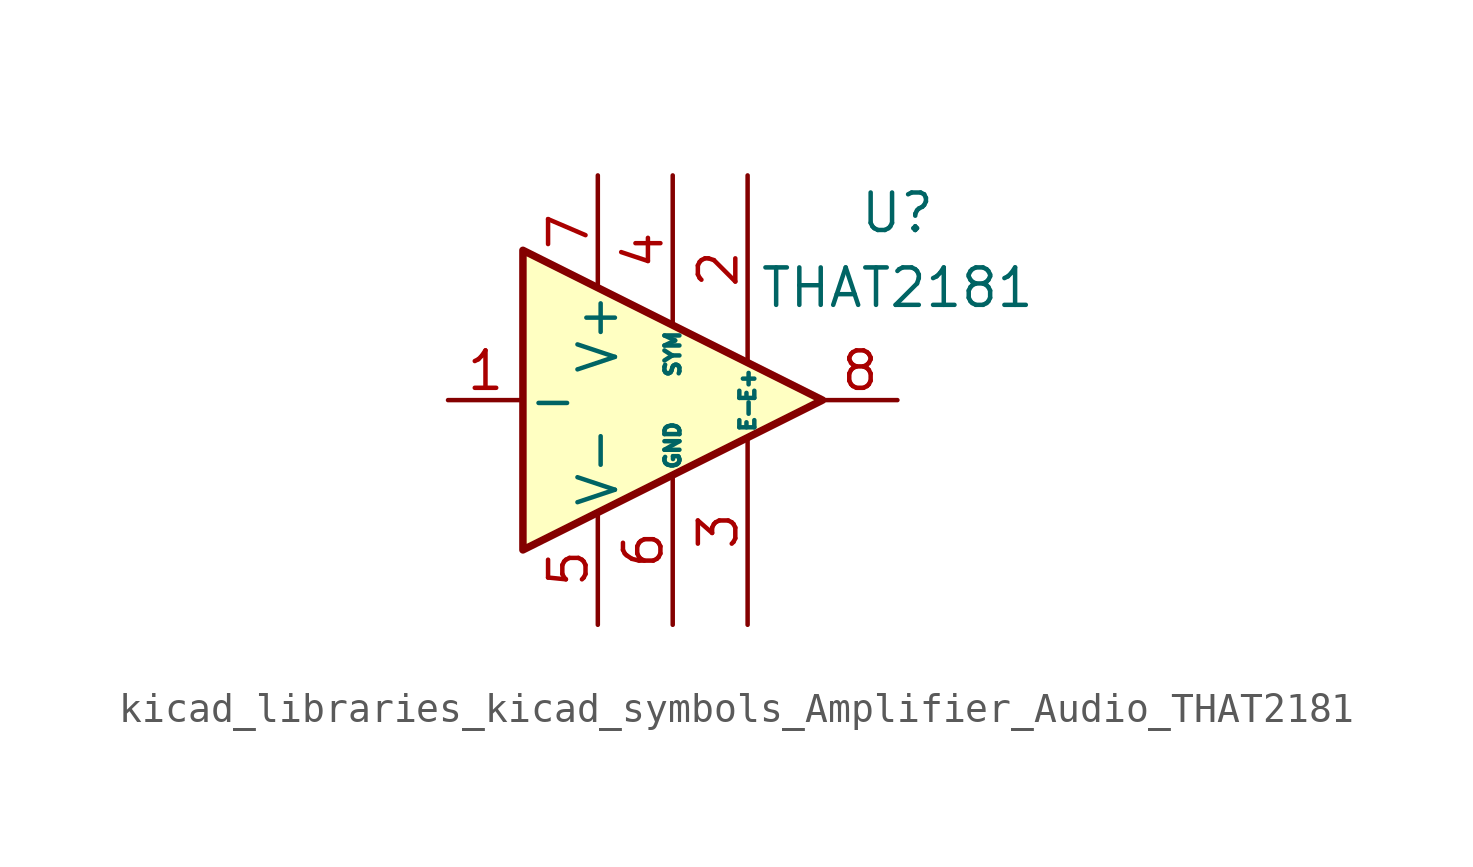
<source format=kicad_sym>
(kicad_symbol_lib
  (version 20220914)
  (generator kicad_symbol_editor)
  (symbol "kicad_libraries_kicad_symbols_Amplifier_Audio_THAT2181"
    (pin_names
      (offset 0.127))
    (property "Reference" "U"
      (at 7.62 6.35 0)
      (effects (font (size 1.27 1.27))))
    (property "Value" "THAT2181"
      (at 7.62 3.81 0)
      (effects (font (size 1.27 1.27))))
    (symbol "kicad_libraries_kicad_symbols_Amplifier_Audio_THAT2181_0_0"
      (pin power_in line (at -2.54 -7.62 90) (length 3.81) (name "V-" (effects (font (size 1.27 1.27)))) (number "5" (effects (font (size 1.27 1.27)))))
      (pin power_in line (at 0 -7.62 90) (length 5.08) (name "GND" (effects (font (size 0.508 0.508)))) (number "6" (effects (font (size 1.27 1.27)))))
      (pin power_in line (at -2.54 7.62 270) (length 3.81) (name "V+" (effects (font (size 1.27 1.27)))) (number "7" (effects (font (size 1.27 1.27))))))
    (symbol "kicad_libraries_kicad_symbols_Amplifier_Audio_THAT2181_0_1"
      (polyline (pts (xy -5.08 5.08) (xy 5.08 0) (xy -5.08 -5.08) (xy -5.08 5.08)) (stroke (width 0.254) (type default)) (fill (type background))))
    (symbol "kicad_libraries_kicad_symbols_Amplifier_Audio_THAT2181_1_1"
      (pin input line (at -7.62 0 0) (length 2.54) (name "-" (effects (font (size 1.27 1.27)))) (number "1" (effects (font (size 1.27 1.27)))))
      (pin input line (at 2.54 7.62 270) (length 6.35) (name "E+" (effects (font (size 0.508 0.508)))) (number "2" (effects (font (size 1.27 1.27)))))
      (pin input line (at 2.54 -7.62 90) (length 6.35) (name "E-" (effects (font (size 0.508 0.508)))) (number "3" (effects (font (size 1.27 1.27)))))
      (pin input line (at 0 7.62 270) (length 5.08) (name "SYM" (effects (font (size 0.508 0.508)))) (number "4" (effects (font (size 1.27 1.27)))))
      (pin output line (at 7.62 0 180) (length 2.54) (name "~" (effects (font (size 1.27 1.27)))) (number "8" (effects (font (size 1.27 1.27))))))))
</source>
